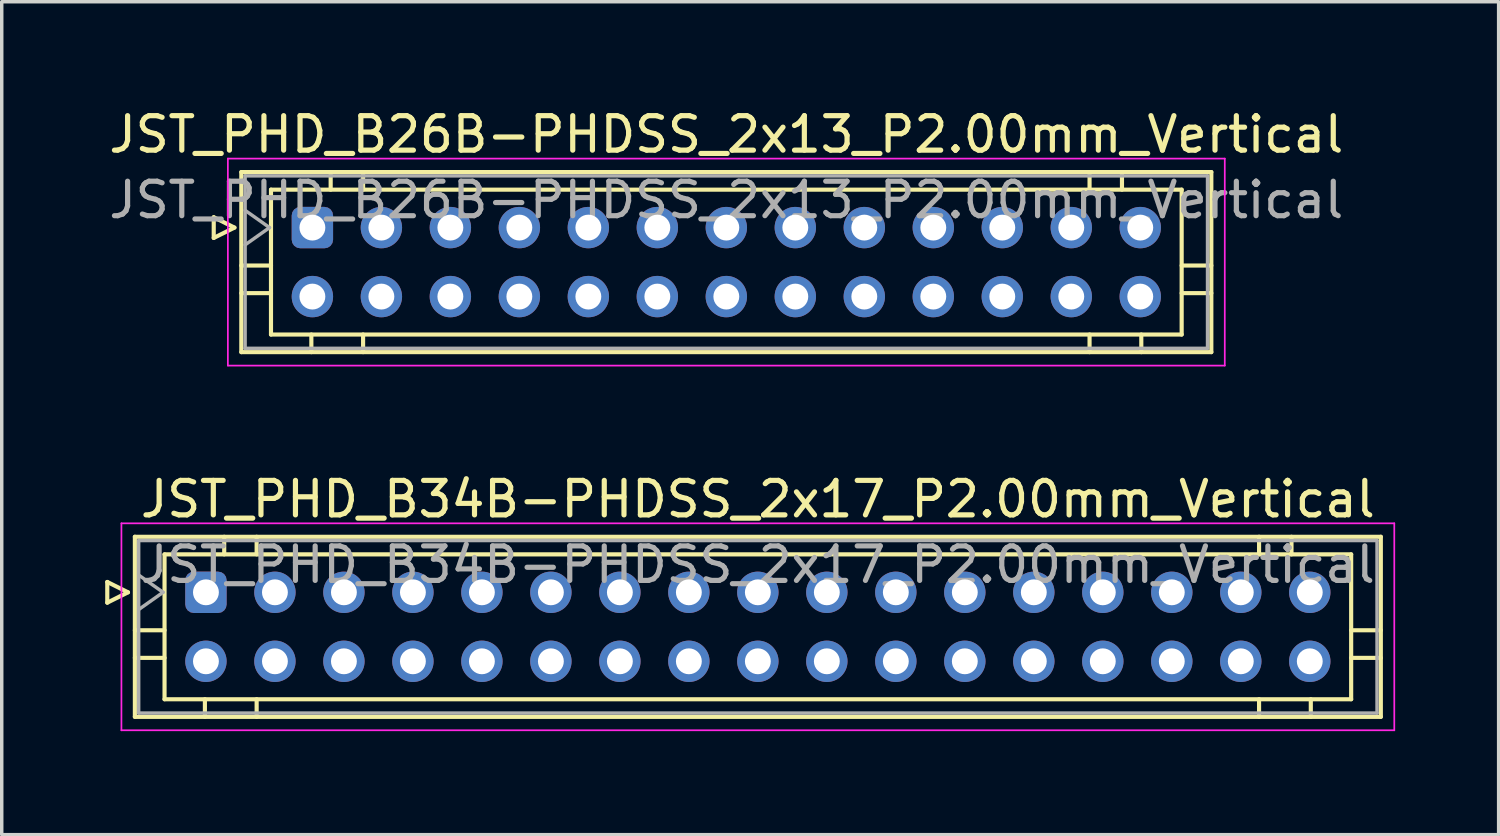
<source format=kicad_pcb>
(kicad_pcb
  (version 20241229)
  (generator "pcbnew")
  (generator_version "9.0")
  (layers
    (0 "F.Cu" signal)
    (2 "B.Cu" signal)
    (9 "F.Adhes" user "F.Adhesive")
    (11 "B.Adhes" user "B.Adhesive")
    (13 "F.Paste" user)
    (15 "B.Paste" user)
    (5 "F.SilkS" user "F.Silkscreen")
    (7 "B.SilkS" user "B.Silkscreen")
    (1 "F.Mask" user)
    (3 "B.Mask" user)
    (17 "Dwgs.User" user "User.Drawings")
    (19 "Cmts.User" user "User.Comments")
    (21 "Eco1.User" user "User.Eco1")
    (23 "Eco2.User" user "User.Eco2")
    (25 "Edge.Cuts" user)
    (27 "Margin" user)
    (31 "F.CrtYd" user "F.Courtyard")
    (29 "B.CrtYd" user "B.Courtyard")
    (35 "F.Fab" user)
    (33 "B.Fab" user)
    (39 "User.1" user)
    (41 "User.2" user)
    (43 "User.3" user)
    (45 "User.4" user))
  (footprint "JST_PHD_B26B-PHDSS_2x13_P2.00mm_Vertical"
    (layer "F.Cu")
    (at 6.006 3.548)
    (property "Reference" "JST_PHD_B26B-PHDSS_2x13_P2.00mm_Vertical" (at 12 -2.7 0) (layer "F.SilkS") (effects (font (size 1 1) (thickness 0.15))))
    (attr through_hole)
    (fp_line (start -2.86 -0.3) (end -2.26 0) (stroke (width 0.12) (type solid)) (layer "F.SilkS"))
    (fp_line (start -2.86 0.3) (end -2.86 -0.3) (stroke (width 0.12) (type solid)) (layer "F.SilkS"))
    (fp_line (start -2.26 0) (end -2.86 0.3) (stroke (width 0.12) (type solid)) (layer "F.SilkS"))
    (fp_line (start -2.06 -1.61) (end -2.06 3.61) (stroke (width 0.12) (type solid)) (layer "F.SilkS"))
    (fp_line (start -2.06 1.1) (end -1.2 1.1) (stroke (width 0.12) (type solid)) (layer "F.SilkS"))
    (fp_line (start -2.06 1.9) (end -1.2 1.9) (stroke (width 0.12) (type solid)) (layer "F.SilkS"))
    (fp_line (start -2.06 3.61) (end 26.06 3.61) (stroke (width 0.12) (type solid)) (layer "F.SilkS"))
    (fp_line (start -1.2 -1.1) (end -1.2 3.1) (stroke (width 0.12) (type solid)) (layer "F.SilkS"))
    (fp_line (start -1.2 3.1) (end 25.2 3.1) (stroke (width 0.12) (type solid)) (layer "F.SilkS"))
    (fp_line (start -0.03 3.61) (end -0.03 3.1) (stroke (width 0.12) (type solid)) (layer "F.SilkS"))
    (fp_line (start 0.53 -1.61) (end 0.53 -1.1) (stroke (width 0.12) (type solid)) (layer "F.SilkS"))
    (fp_line (start 1.47 -1.61) (end 1.47 -1.1) (stroke (width 0.12) (type solid)) (layer "F.SilkS"))
    (fp_line (start 1.47 3.61) (end 1.47 3.1) (stroke (width 0.12) (type solid)) (layer "F.SilkS"))
    (fp_line (start 22.53 -1.61) (end 22.53 -1.1) (stroke (width 0.12) (type solid)) (layer "F.SilkS"))
    (fp_line (start 22.53 3.61) (end 22.53 3.1) (stroke (width 0.12) (type solid)) (layer "F.SilkS"))
    (fp_line (start 23.47 -1.61) (end 23.47 -1.1) (stroke (width 0.12) (type solid)) (layer "F.SilkS"))
    (fp_line (start 24.03 3.61) (end 24.03 3.1) (stroke (width 0.12) (type solid)) (layer "F.SilkS"))
    (fp_line (start 25.2 -1.1) (end -1.2 -1.1) (stroke (width 0.12) (type solid)) (layer "F.SilkS"))
    (fp_line (start 25.2 3.1) (end 25.2 -1.1) (stroke (width 0.12) (type solid)) (layer "F.SilkS"))
    (fp_line (start 26.06 -1.61) (end -2.06 -1.61) (stroke (width 0.12) (type solid)) (layer "F.SilkS"))
    (fp_line (start 26.06 1.1) (end 25.2 1.1) (stroke (width 0.12) (type solid)) (layer "F.SilkS"))
    (fp_line (start 26.06 1.9) (end 25.2 1.9) (stroke (width 0.12) (type solid)) (layer "F.SilkS"))
    (fp_line (start 26.06 3.61) (end 26.06 -1.61) (stroke (width 0.12) (type solid)) (layer "F.SilkS"))
    (fp_line (start -2.45 -2) (end -2.45 4) (stroke (width 0.05) (type solid)) (layer "F.CrtYd"))
    (fp_line (start -2.45 4) (end 26.45 4) (stroke (width 0.05) (type solid)) (layer "F.CrtYd"))
    (fp_line (start 26.45 -2) (end -2.45 -2) (stroke (width 0.05) (type solid)) (layer "F.CrtYd"))
    (fp_line (start 26.45 4) (end 26.45 -2) (stroke (width 0.05) (type solid)) (layer "F.CrtYd"))
    (fp_line (start -1.95 -1.5) (end -1.95 3.5) (stroke (width 0.1) (type solid)) (layer "F.Fab"))
    (fp_line (start -1.95 0.5) (end -1.243 0) (stroke (width 0.1) (type solid)) (layer "F.Fab"))
    (fp_line (start -1.95 3.5) (end 25.95 3.5) (stroke (width 0.1) (type solid)) (layer "F.Fab"))
    (fp_line (start -1.243 0) (end -1.95 -0.5) (stroke (width 0.1) (type solid)) (layer "F.Fab"))
    (fp_line (start 25.95 -1.5) (end -1.95 -1.5) (stroke (width 0.1) (type solid)) (layer "F.Fab"))
    (fp_line (start 25.95 3.5) (end 25.95 -1.5) (stroke (width 0.1) (type solid)) (layer "F.Fab"))
    (fp_text user "${REFERENCE}" (at 12 -0.8 0) (layer "F.Fab") (effects (font (size 1 1) (thickness 0.15))))
    (pad "1" thru_hole roundrect (at 0 0) (size 1.2 1.2) (drill 0.75) (layers "*.Cu" "*.Mask") (roundrect_rratio 0.208))
    (pad "2" thru_hole circle (at 0 2) (size 1.2 1.2) (drill 0.75) (layers "*.Cu" "*.Mask"))
    (pad "3" thru_hole circle (at 2 0) (size 1.2 1.2) (drill 0.75) (layers "*.Cu" "*.Mask"))
    (pad "4" thru_hole circle (at 2 2) (size 1.2 1.2) (drill 0.75) (layers "*.Cu" "*.Mask"))
    (pad "5" thru_hole circle (at 4 0) (size 1.2 1.2) (drill 0.75) (layers "*.Cu" "*.Mask"))
    (pad "6" thru_hole circle (at 4 2) (size 1.2 1.2) (drill 0.75) (layers "*.Cu" "*.Mask"))
    (pad "7" thru_hole circle (at 6 0) (size 1.2 1.2) (drill 0.75) (layers "*.Cu" "*.Mask"))
    (pad "8" thru_hole circle (at 6 2) (size 1.2 1.2) (drill 0.75) (layers "*.Cu" "*.Mask"))
    (pad "9" thru_hole circle (at 8 0) (size 1.2 1.2) (drill 0.75) (layers "*.Cu" "*.Mask"))
    (pad "10" thru_hole circle (at 8 2) (size 1.2 1.2) (drill 0.75) (layers "*.Cu" "*.Mask"))
    (pad "11" thru_hole circle (at 10 0) (size 1.2 1.2) (drill 0.75) (layers "*.Cu" "*.Mask"))
    (pad "12" thru_hole circle (at 10 2) (size 1.2 1.2) (drill 0.75) (layers "*.Cu" "*.Mask"))
    (pad "13" thru_hole circle (at 12 0) (size 1.2 1.2) (drill 0.75) (layers "*.Cu" "*.Mask"))
    (pad "14" thru_hole circle (at 12 2) (size 1.2 1.2) (drill 0.75) (layers "*.Cu" "*.Mask"))
    (pad "15" thru_hole circle (at 14 0) (size 1.2 1.2) (drill 0.75) (layers "*.Cu" "*.Mask"))
    (pad "16" thru_hole circle (at 14 2) (size 1.2 1.2) (drill 0.75) (layers "*.Cu" "*.Mask"))
    (pad "17" thru_hole circle (at 16 0) (size 1.2 1.2) (drill 0.75) (layers "*.Cu" "*.Mask"))
    (pad "18" thru_hole circle (at 16 2) (size 1.2 1.2) (drill 0.75) (layers "*.Cu" "*.Mask"))
    (pad "19" thru_hole circle (at 18 0) (size 1.2 1.2) (drill 0.75) (layers "*.Cu" "*.Mask"))
    (pad "20" thru_hole circle (at 18 2) (size 1.2 1.2) (drill 0.75) (layers "*.Cu" "*.Mask"))
    (pad "21" thru_hole circle (at 20 0) (size 1.2 1.2) (drill 0.75) (layers "*.Cu" "*.Mask"))
    (pad "22" thru_hole circle (at 20 2) (size 1.2 1.2) (drill 0.75) (layers "*.Cu" "*.Mask"))
    (pad "23" thru_hole circle (at 22 0) (size 1.2 1.2) (drill 0.75) (layers "*.Cu" "*.Mask"))
    (pad "24" thru_hole circle (at 22 2) (size 1.2 1.2) (drill 0.75) (layers "*.Cu" "*.Mask"))
    (pad "25" thru_hole circle (at 24 0) (size 1.2 1.2) (drill 0.75) (layers "*.Cu" "*.Mask"))
    (pad "26" thru_hole circle (at 24 2) (size 1.2 1.2) (drill 0.75) (layers "*.Cu" "*.Mask")))
  (footprint "JST_PHD_B34B-PHDSS_2x17_P2.00mm_Vertical"
    (layer "F.Cu")
    (at 2.92 14.121)
    (property "Reference" "JST_PHD_B34B-PHDSS_2x17_P2.00mm_Vertical" (at 16 -2.7 0) (layer "F.SilkS") (effects (font (size 1 1) (thickness 0.15))))
    (attr through_hole)
    (fp_line (start -2.86 -0.3) (end -2.26 0) (stroke (width 0.12) (type solid)) (layer "F.SilkS"))
    (fp_line (start -2.86 0.3) (end -2.86 -0.3) (stroke (width 0.12) (type solid)) (layer "F.SilkS"))
    (fp_line (start -2.26 0) (end -2.86 0.3) (stroke (width 0.12) (type solid)) (layer "F.SilkS"))
    (fp_line (start -2.06 -1.61) (end -2.06 3.61) (stroke (width 0.12) (type solid)) (layer "F.SilkS"))
    (fp_line (start -2.06 1.1) (end -1.2 1.1) (stroke (width 0.12) (type solid)) (layer "F.SilkS"))
    (fp_line (start -2.06 1.9) (end -1.2 1.9) (stroke (width 0.12) (type solid)) (layer "F.SilkS"))
    (fp_line (start -2.06 3.61) (end 34.06 3.61) (stroke (width 0.12) (type solid)) (layer "F.SilkS"))
    (fp_line (start -1.2 -1.1) (end -1.2 3.1) (stroke (width 0.12) (type solid)) (layer "F.SilkS"))
    (fp_line (start -1.2 3.1) (end 33.2 3.1) (stroke (width 0.12) (type solid)) (layer "F.SilkS"))
    (fp_line (start -0.03 3.61) (end -0.03 3.1) (stroke (width 0.12) (type solid)) (layer "F.SilkS"))
    (fp_line (start 0.53 -1.61) (end 0.53 -1.1) (stroke (width 0.12) (type solid)) (layer "F.SilkS"))
    (fp_line (start 1.47 -1.61) (end 1.47 -1.1) (stroke (width 0.12) (type solid)) (layer "F.SilkS"))
    (fp_line (start 1.47 3.61) (end 1.47 3.1) (stroke (width 0.12) (type solid)) (layer "F.SilkS"))
    (fp_line (start 30.53 -1.61) (end 30.53 -1.1) (stroke (width 0.12) (type solid)) (layer "F.SilkS"))
    (fp_line (start 30.53 3.61) (end 30.53 3.1) (stroke (width 0.12) (type solid)) (layer "F.SilkS"))
    (fp_line (start 31.47 -1.61) (end 31.47 -1.1) (stroke (width 0.12) (type solid)) (layer "F.SilkS"))
    (fp_line (start 32.03 3.61) (end 32.03 3.1) (stroke (width 0.12) (type solid)) (layer "F.SilkS"))
    (fp_line (start 33.2 -1.1) (end -1.2 -1.1) (stroke (width 0.12) (type solid)) (layer "F.SilkS"))
    (fp_line (start 33.2 3.1) (end 33.2 -1.1) (stroke (width 0.12) (type solid)) (layer "F.SilkS"))
    (fp_line (start 34.06 -1.61) (end -2.06 -1.61) (stroke (width 0.12) (type solid)) (layer "F.SilkS"))
    (fp_line (start 34.06 1.1) (end 33.2 1.1) (stroke (width 0.12) (type solid)) (layer "F.SilkS"))
    (fp_line (start 34.06 1.9) (end 33.2 1.9) (stroke (width 0.12) (type solid)) (layer "F.SilkS"))
    (fp_line (start 34.06 3.61) (end 34.06 -1.61) (stroke (width 0.12) (type solid)) (layer "F.SilkS"))
    (fp_line (start -2.45 -2) (end -2.45 4) (stroke (width 0.05) (type solid)) (layer "F.CrtYd"))
    (fp_line (start -2.45 4) (end 34.45 4) (stroke (width 0.05) (type solid)) (layer "F.CrtYd"))
    (fp_line (start 34.45 -2) (end -2.45 -2) (stroke (width 0.05) (type solid)) (layer "F.CrtYd"))
    (fp_line (start 34.45 4) (end 34.45 -2) (stroke (width 0.05) (type solid)) (layer "F.CrtYd"))
    (fp_line (start -1.95 -1.5) (end -1.95 3.5) (stroke (width 0.1) (type solid)) (layer "F.Fab"))
    (fp_line (start -1.95 0.5) (end -1.243 0) (stroke (width 0.1) (type solid)) (layer "F.Fab"))
    (fp_line (start -1.95 3.5) (end 33.95 3.5) (stroke (width 0.1) (type solid)) (layer "F.Fab"))
    (fp_line (start -1.243 0) (end -1.95 -0.5) (stroke (width 0.1) (type solid)) (layer "F.Fab"))
    (fp_line (start 33.95 -1.5) (end -1.95 -1.5) (stroke (width 0.1) (type solid)) (layer "F.Fab"))
    (fp_line (start 33.95 3.5) (end 33.95 -1.5) (stroke (width 0.1) (type solid)) (layer "F.Fab"))
    (fp_text user "${REFERENCE}" (at 16 -0.8 0) (layer "F.Fab") (effects (font (size 1 1) (thickness 0.15))))
    (pad "1" thru_hole roundrect (at 0 0) (size 1.2 1.2) (drill 0.75) (layers "*.Cu" "*.Mask") (roundrect_rratio 0.208))
    (pad "2" thru_hole circle (at 0 2) (size 1.2 1.2) (drill 0.75) (layers "*.Cu" "*.Mask"))
    (pad "3" thru_hole circle (at 2 0) (size 1.2 1.2) (drill 0.75) (layers "*.Cu" "*.Mask"))
    (pad "4" thru_hole circle (at 2 2) (size 1.2 1.2) (drill 0.75) (layers "*.Cu" "*.Mask"))
    (pad "5" thru_hole circle (at 4 0) (size 1.2 1.2) (drill 0.75) (layers "*.Cu" "*.Mask"))
    (pad "6" thru_hole circle (at 4 2) (size 1.2 1.2) (drill 0.75) (layers "*.Cu" "*.Mask"))
    (pad "7" thru_hole circle (at 6 0) (size 1.2 1.2) (drill 0.75) (layers "*.Cu" "*.Mask"))
    (pad "8" thru_hole circle (at 6 2) (size 1.2 1.2) (drill 0.75) (layers "*.Cu" "*.Mask"))
    (pad "9" thru_hole circle (at 8 0) (size 1.2 1.2) (drill 0.75) (layers "*.Cu" "*.Mask"))
    (pad "10" thru_hole circle (at 8 2) (size 1.2 1.2) (drill 0.75) (layers "*.Cu" "*.Mask"))
    (pad "11" thru_hole circle (at 10 0) (size 1.2 1.2) (drill 0.75) (layers "*.Cu" "*.Mask"))
    (pad "12" thru_hole circle (at 10 2) (size 1.2 1.2) (drill 0.75) (layers "*.Cu" "*.Mask"))
    (pad "13" thru_hole circle (at 12 0) (size 1.2 1.2) (drill 0.75) (layers "*.Cu" "*.Mask"))
    (pad "14" thru_hole circle (at 12 2) (size 1.2 1.2) (drill 0.75) (layers "*.Cu" "*.Mask"))
    (pad "15" thru_hole circle (at 14 0) (size 1.2 1.2) (drill 0.75) (layers "*.Cu" "*.Mask"))
    (pad "16" thru_hole circle (at 14 2) (size 1.2 1.2) (drill 0.75) (layers "*.Cu" "*.Mask"))
    (pad "17" thru_hole circle (at 16 0) (size 1.2 1.2) (drill 0.75) (layers "*.Cu" "*.Mask"))
    (pad "18" thru_hole circle (at 16 2) (size 1.2 1.2) (drill 0.75) (layers "*.Cu" "*.Mask"))
    (pad "19" thru_hole circle (at 18 0) (size 1.2 1.2) (drill 0.75) (layers "*.Cu" "*.Mask"))
    (pad "20" thru_hole circle (at 18 2) (size 1.2 1.2) (drill 0.75) (layers "*.Cu" "*.Mask"))
    (pad "21" thru_hole circle (at 20 0) (size 1.2 1.2) (drill 0.75) (layers "*.Cu" "*.Mask"))
    (pad "22" thru_hole circle (at 20 2) (size 1.2 1.2) (drill 0.75) (layers "*.Cu" "*.Mask"))
    (pad "23" thru_hole circle (at 22 0) (size 1.2 1.2) (drill 0.75) (layers "*.Cu" "*.Mask"))
    (pad "24" thru_hole circle (at 22 2) (size 1.2 1.2) (drill 0.75) (layers "*.Cu" "*.Mask"))
    (pad "25" thru_hole circle (at 24 0) (size 1.2 1.2) (drill 0.75) (layers "*.Cu" "*.Mask"))
    (pad "26" thru_hole circle (at 24 2) (size 1.2 1.2) (drill 0.75) (layers "*.Cu" "*.Mask"))
    (pad "27" thru_hole circle (at 26 0) (size 1.2 1.2) (drill 0.75) (layers "*.Cu" "*.Mask"))
    (pad "28" thru_hole circle (at 26 2) (size 1.2 1.2) (drill 0.75) (layers "*.Cu" "*.Mask"))
    (pad "29" thru_hole circle (at 28 0) (size 1.2 1.2) (drill 0.75) (layers "*.Cu" "*.Mask"))
    (pad "30" thru_hole circle (at 28 2) (size 1.2 1.2) (drill 0.75) (layers "*.Cu" "*.Mask"))
    (pad "31" thru_hole circle (at 30 0) (size 1.2 1.2) (drill 0.75) (layers "*.Cu" "*.Mask"))
    (pad "32" thru_hole circle (at 30 2) (size 1.2 1.2) (drill 0.75) (layers "*.Cu" "*.Mask"))
    (pad "33" thru_hole circle (at 32 0) (size 1.2 1.2) (drill 0.75) (layers "*.Cu" "*.Mask"))
    (pad "34" thru_hole circle (at 32 2) (size 1.2 1.2) (drill 0.75) (layers "*.Cu" "*.Mask")))
  (gr_rect
    (start -3 -3)
    (end 40.395 21.146)
    (stroke (width 0.1) (type default))
    (fill no)
    (layer "Edge.Cuts")))
</source>
